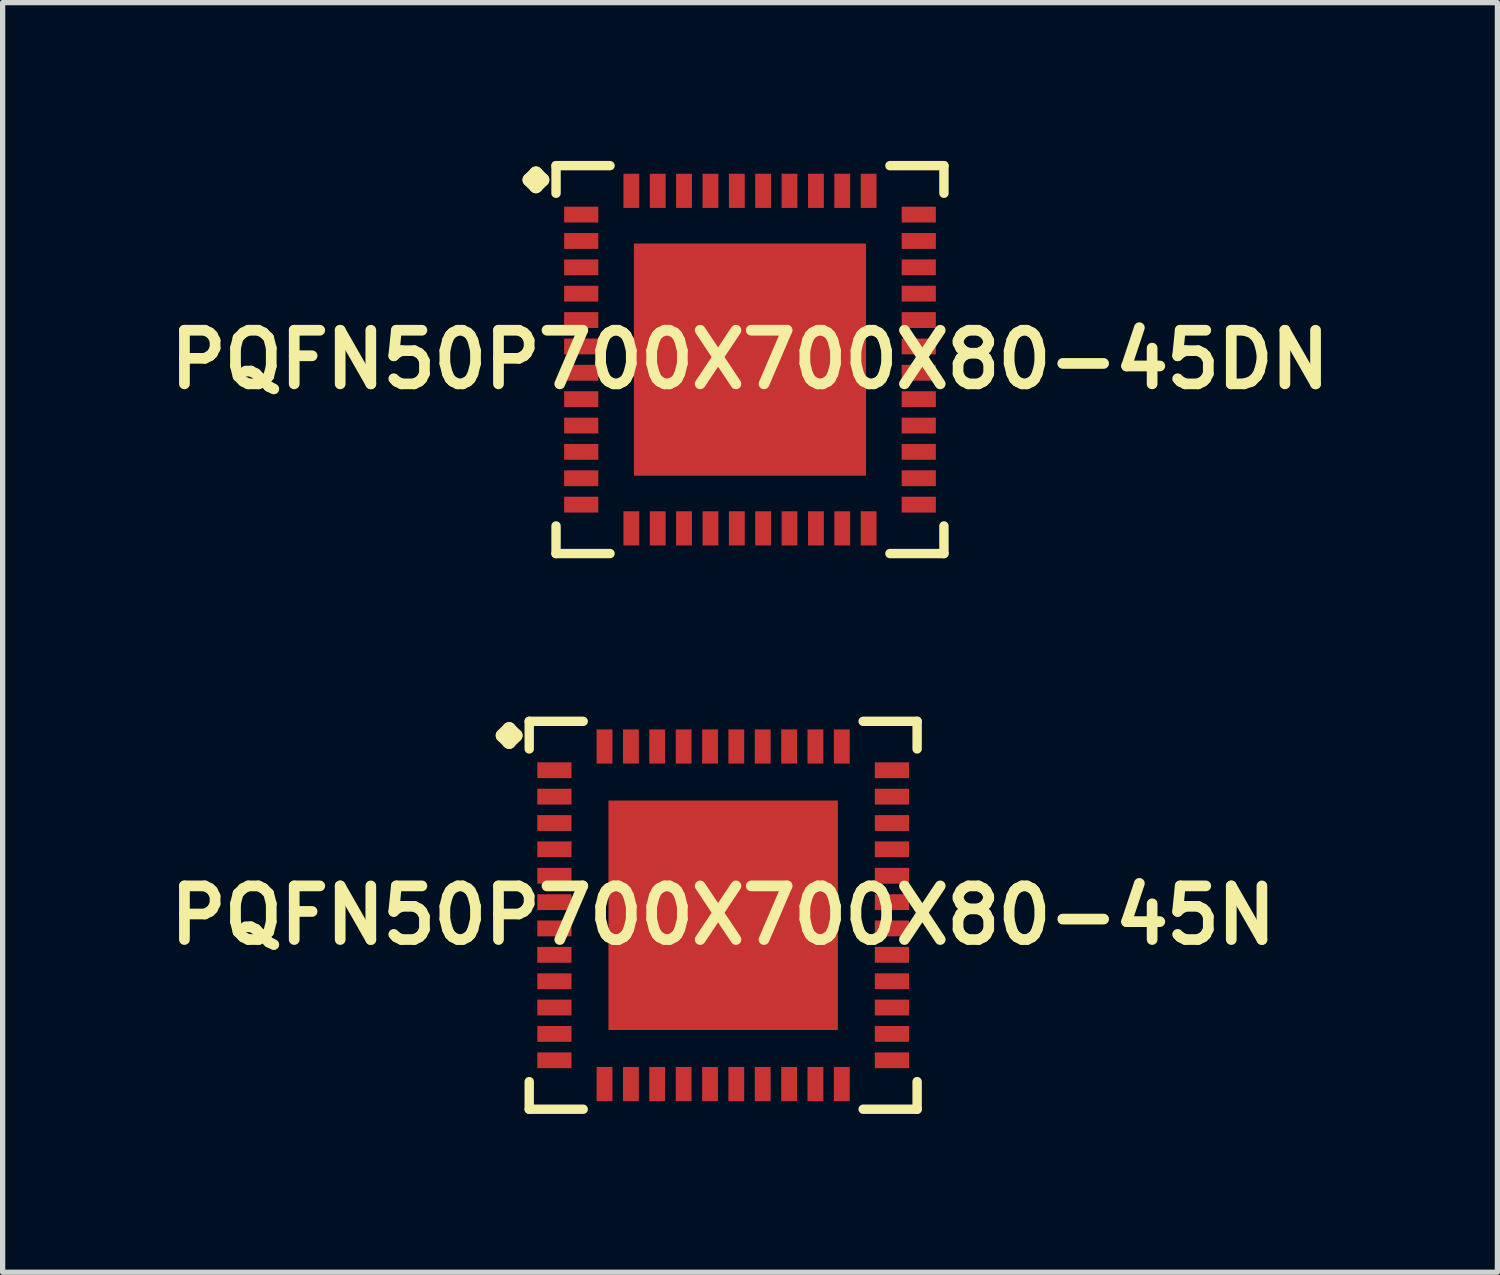
<source format=kicad_pcb>
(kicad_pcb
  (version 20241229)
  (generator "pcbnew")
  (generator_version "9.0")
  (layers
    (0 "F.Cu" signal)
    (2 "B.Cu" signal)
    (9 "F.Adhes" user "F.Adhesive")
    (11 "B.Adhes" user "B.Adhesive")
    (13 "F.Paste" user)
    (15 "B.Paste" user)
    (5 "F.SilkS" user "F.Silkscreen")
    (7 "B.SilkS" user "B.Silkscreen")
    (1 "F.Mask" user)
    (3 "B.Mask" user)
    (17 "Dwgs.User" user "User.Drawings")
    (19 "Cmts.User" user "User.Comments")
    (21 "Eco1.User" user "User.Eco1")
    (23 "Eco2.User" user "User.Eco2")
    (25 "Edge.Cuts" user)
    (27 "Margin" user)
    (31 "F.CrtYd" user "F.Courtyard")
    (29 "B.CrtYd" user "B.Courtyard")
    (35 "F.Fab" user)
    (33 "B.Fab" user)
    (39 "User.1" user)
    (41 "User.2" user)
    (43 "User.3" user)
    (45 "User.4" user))
  (footprint "PQFN50P700X700X80-45N"
    (layer "F.Cu")
    (at 10.653 14.293)
    (property "Reference" "PQFN50P700X700X80-45N" (at 0 0 0) (layer "F.SilkS") (effects (font (size 1.016 1.016) (thickness 0.203))))
    (attr smd)
    (fp_line (start -4.183 -3.406) (end -4.056 -3.533) (stroke (width 0.254) (type solid)) (layer "F.SilkS"))
    (fp_line (start -4.056 -3.533) (end -3.929 -3.406) (stroke (width 0.254) (type solid)) (layer "F.SilkS"))
    (fp_line (start -4.056 -3.279) (end -4.183 -3.406) (stroke (width 0.254) (type solid)) (layer "F.SilkS"))
    (fp_line (start -3.929 -3.406) (end -4.056 -3.279) (stroke (width 0.254) (type solid)) (layer "F.SilkS"))
    (fp_line (start -3.675 -3.675) (end -2.652 -3.675) (stroke (width 0.178) (type solid)) (layer "F.SilkS"))
    (fp_line (start -3.675 -3.152) (end -3.675 -3.675) (stroke (width 0.178) (type solid)) (layer "F.SilkS"))
    (fp_line (start -3.675 3.152) (end -3.675 3.675) (stroke (width 0.178) (type solid)) (layer "F.SilkS"))
    (fp_line (start -3.675 3.675) (end -2.652 3.675) (stroke (width 0.178) (type solid)) (layer "F.SilkS"))
    (fp_line (start 2.652 -3.675) (end 3.675 -3.675) (stroke (width 0.178) (type solid)) (layer "F.SilkS"))
    (fp_line (start 2.652 3.675) (end 3.675 3.675) (stroke (width 0.178) (type solid)) (layer "F.SilkS"))
    (fp_line (start 3.675 -3.675) (end 3.675 -3.152) (stroke (width 0.178) (type solid)) (layer "F.SilkS"))
    (fp_line (start 3.675 3.675) (end 3.675 3.152) (stroke (width 0.178) (type solid)) (layer "F.SilkS"))
    (pad "1" smd rect (at -3.198 -2.748) (size 0.648 0.3) (layers "F.Cu" "F.Mask" "F.Paste"))
    (pad "2" smd rect (at -3.198 -2.248) (size 0.648 0.3) (layers "F.Cu" "F.Mask" "F.Paste"))
    (pad "3" smd rect (at -3.198 -1.748) (size 0.648 0.3) (layers "F.Cu" "F.Mask" "F.Paste"))
    (pad "4" smd rect (at -3.198 -1.25) (size 0.648 0.3) (layers "F.Cu" "F.Mask" "F.Paste"))
    (pad "5" smd rect (at -3.198 -0.749) (size 0.648 0.3) (layers "F.Cu" "F.Mask" "F.Paste"))
    (pad "6" smd rect (at -3.198 -0.249) (size 0.648 0.3) (layers "F.Cu" "F.Mask" "F.Paste"))
    (pad "7" smd rect (at -3.198 0.249) (size 0.648 0.3) (layers "F.Cu" "F.Mask" "F.Paste"))
    (pad "8" smd rect (at -3.198 0.749) (size 0.648 0.3) (layers "F.Cu" "F.Mask" "F.Paste"))
    (pad "9" smd rect (at -3.198 1.25) (size 0.648 0.3) (layers "F.Cu" "F.Mask" "F.Paste"))
    (pad "10" smd rect (at -3.198 1.748) (size 0.648 0.3) (layers "F.Cu" "F.Mask" "F.Paste"))
    (pad "11" smd rect (at -3.198 2.248) (size 0.648 0.3) (layers "F.Cu" "F.Mask" "F.Paste"))
    (pad "12" smd rect (at -3.198 2.748) (size 0.648 0.3) (layers "F.Cu" "F.Mask" "F.Paste"))
    (pad "13" smd rect (at -2.248 3.198) (size 0.3 0.648) (layers "F.Cu" "F.Mask" "F.Paste"))
    (pad "14" smd rect (at -1.748 3.198) (size 0.3 0.648) (layers "F.Cu" "F.Mask" "F.Paste"))
    (pad "15" smd rect (at -1.25 3.198) (size 0.3 0.648) (layers "F.Cu" "F.Mask" "F.Paste"))
    (pad "16" smd rect (at -0.749 3.198) (size 0.3 0.648) (layers "F.Cu" "F.Mask" "F.Paste"))
    (pad "17" smd rect (at -0.249 3.198) (size 0.3 0.648) (layers "F.Cu" "F.Mask" "F.Paste"))
    (pad "18" smd rect (at 0.249 3.198) (size 0.3 0.648) (layers "F.Cu" "F.Mask" "F.Paste"))
    (pad "19" smd rect (at 0.749 3.198) (size 0.3 0.648) (layers "F.Cu" "F.Mask" "F.Paste"))
    (pad "20" smd rect (at 1.25 3.198) (size 0.3 0.648) (layers "F.Cu" "F.Mask" "F.Paste"))
    (pad "21" smd rect (at 1.748 3.198) (size 0.3 0.648) (layers "F.Cu" "F.Mask" "F.Paste"))
    (pad "22" smd rect (at 2.248 3.198) (size 0.3 0.648) (layers "F.Cu" "F.Mask" "F.Paste"))
    (pad "23" smd rect (at 3.198 2.748) (size 0.648 0.3) (layers "F.Cu" "F.Mask" "F.Paste"))
    (pad "24" smd rect (at 3.198 2.248) (size 0.648 0.3) (layers "F.Cu" "F.Mask" "F.Paste"))
    (pad "25" smd rect (at 3.198 1.748) (size 0.648 0.3) (layers "F.Cu" "F.Mask" "F.Paste"))
    (pad "26" smd rect (at 3.198 1.25) (size 0.648 0.3) (layers "F.Cu" "F.Mask" "F.Paste"))
    (pad "27" smd rect (at 3.198 0.749) (size 0.648 0.3) (layers "F.Cu" "F.Mask" "F.Paste"))
    (pad "28" smd rect (at 3.198 0.249) (size 0.648 0.3) (layers "F.Cu" "F.Mask" "F.Paste"))
    (pad "29" smd rect (at 3.198 -0.249) (size 0.648 0.3) (layers "F.Cu" "F.Mask" "F.Paste"))
    (pad "30" smd rect (at 3.198 -0.749) (size 0.648 0.3) (layers "F.Cu" "F.Mask" "F.Paste"))
    (pad "31" smd rect (at 3.198 -1.25) (size 0.648 0.3) (layers "F.Cu" "F.Mask" "F.Paste"))
    (pad "32" smd rect (at 3.198 -1.748) (size 0.648 0.3) (layers "F.Cu" "F.Mask" "F.Paste"))
    (pad "33" smd rect (at 3.198 -2.248) (size 0.648 0.3) (layers "F.Cu" "F.Mask" "F.Paste"))
    (pad "34" smd rect (at 3.198 -2.748) (size 0.648 0.3) (layers "F.Cu" "F.Mask" "F.Paste"))
    (pad "35" smd rect (at 2.248 -3.198) (size 0.3 0.648) (layers "F.Cu" "F.Mask" "F.Paste"))
    (pad "36" smd rect (at 1.748 -3.198) (size 0.3 0.648) (layers "F.Cu" "F.Mask" "F.Paste"))
    (pad "37" smd rect (at 1.25 -3.198) (size 0.3 0.648) (layers "F.Cu" "F.Mask" "F.Paste"))
    (pad "38" smd rect (at 0.749 -3.198) (size 0.3 0.648) (layers "F.Cu" "F.Mask" "F.Paste"))
    (pad "39" smd rect (at 0.249 -3.198) (size 0.3 0.648) (layers "F.Cu" "F.Mask" "F.Paste"))
    (pad "40" smd rect (at -0.249 -3.198) (size 0.3 0.648) (layers "F.Cu" "F.Mask" "F.Paste"))
    (pad "41" smd rect (at -0.749 -3.198) (size 0.3 0.648) (layers "F.Cu" "F.Mask" "F.Paste"))
    (pad "42" smd rect (at -1.25 -3.198) (size 0.3 0.648) (layers "F.Cu" "F.Mask" "F.Paste"))
    (pad "43" smd rect (at -1.748 -3.198) (size 0.3 0.648) (layers "F.Cu" "F.Mask" "F.Paste"))
    (pad "44" smd rect (at -2.248 -3.198) (size 0.3 0.648) (layers "F.Cu" "F.Mask" "F.Paste"))
    (pad "45" smd rect (at 0 0) (size 4.348 4.348) (layers "F.Cu" "F.Mask" "F.Paste")))
  (footprint "PQFN50P700X700X80-45DN"
    (layer "F.Cu")
    (at 11.161 3.764)
    (property "Reference" "PQFN50P700X700X80-45DN" (at 0 0 0) (layer "F.SilkS") (effects (font (size 1.016 1.016) (thickness 0.203))))
    (attr smd)
    (fp_line (start -4.183 -3.406) (end -4.056 -3.533) (stroke (width 0.254) (type solid)) (layer "F.SilkS"))
    (fp_line (start -4.056 -3.533) (end -3.929 -3.406) (stroke (width 0.254) (type solid)) (layer "F.SilkS"))
    (fp_line (start -4.056 -3.279) (end -4.183 -3.406) (stroke (width 0.254) (type solid)) (layer "F.SilkS"))
    (fp_line (start -3.929 -3.406) (end -4.056 -3.279) (stroke (width 0.254) (type solid)) (layer "F.SilkS"))
    (fp_line (start -3.675 -3.675) (end -2.652 -3.675) (stroke (width 0.178) (type solid)) (layer "F.SilkS"))
    (fp_line (start -3.675 -3.152) (end -3.675 -3.675) (stroke (width 0.178) (type solid)) (layer "F.SilkS"))
    (fp_line (start -3.675 3.152) (end -3.675 3.675) (stroke (width 0.178) (type solid)) (layer "F.SilkS"))
    (fp_line (start -3.675 3.675) (end -2.652 3.675) (stroke (width 0.178) (type solid)) (layer "F.SilkS"))
    (fp_line (start 2.652 -3.675) (end 3.675 -3.675) (stroke (width 0.178) (type solid)) (layer "F.SilkS"))
    (fp_line (start 2.652 3.675) (end 3.675 3.675) (stroke (width 0.178) (type solid)) (layer "F.SilkS"))
    (fp_line (start 3.675 -3.675) (end 3.675 -3.152) (stroke (width 0.178) (type solid)) (layer "F.SilkS"))
    (fp_line (start 3.675 3.675) (end 3.675 3.152) (stroke (width 0.178) (type solid)) (layer "F.SilkS"))
    (pad "1" smd rect (at -3.198 -2.748) (size 0.648 0.3) (layers "F.Cu" "F.Mask" "F.Paste"))
    (pad "2" smd rect (at -3.198 -2.248) (size 0.648 0.3) (layers "F.Cu" "F.Mask" "F.Paste"))
    (pad "3" smd rect (at -3.198 -1.748) (size 0.648 0.3) (layers "F.Cu" "F.Mask" "F.Paste"))
    (pad "4" smd rect (at -3.198 -1.25) (size 0.648 0.3) (layers "F.Cu" "F.Mask" "F.Paste"))
    (pad "5" smd rect (at -3.198 -0.749) (size 0.648 0.3) (layers "F.Cu" "F.Mask" "F.Paste"))
    (pad "6" smd rect (at -3.198 -0.249) (size 0.648 0.3) (layers "F.Cu" "F.Mask" "F.Paste"))
    (pad "7" smd rect (at -3.198 0.249) (size 0.648 0.3) (layers "F.Cu" "F.Mask" "F.Paste"))
    (pad "8" smd rect (at -3.198 0.749) (size 0.648 0.3) (layers "F.Cu" "F.Mask" "F.Paste"))
    (pad "9" smd rect (at -3.198 1.25) (size 0.648 0.3) (layers "F.Cu" "F.Mask" "F.Paste"))
    (pad "10" smd rect (at -3.198 1.748) (size 0.648 0.3) (layers "F.Cu" "F.Mask" "F.Paste"))
    (pad "11" smd rect (at -3.198 2.248) (size 0.648 0.3) (layers "F.Cu" "F.Mask" "F.Paste"))
    (pad "12" smd rect (at -3.198 2.748) (size 0.648 0.3) (layers "F.Cu" "F.Mask" "F.Paste"))
    (pad "13" smd rect (at -2.248 3.198) (size 0.3 0.648) (layers "F.Cu" "F.Mask" "F.Paste"))
    (pad "14" smd rect (at -1.748 3.198) (size 0.3 0.648) (layers "F.Cu" "F.Mask" "F.Paste"))
    (pad "15" smd rect (at -1.25 3.198) (size 0.3 0.648) (layers "F.Cu" "F.Mask" "F.Paste"))
    (pad "16" smd rect (at -0.749 3.198) (size 0.3 0.648) (layers "F.Cu" "F.Mask" "F.Paste"))
    (pad "17" smd rect (at -0.249 3.198) (size 0.3 0.648) (layers "F.Cu" "F.Mask" "F.Paste"))
    (pad "18" smd rect (at 0.249 3.198) (size 0.3 0.648) (layers "F.Cu" "F.Mask" "F.Paste"))
    (pad "19" smd rect (at 0.749 3.198) (size 0.3 0.648) (layers "F.Cu" "F.Mask" "F.Paste"))
    (pad "20" smd rect (at 1.25 3.198) (size 0.3 0.648) (layers "F.Cu" "F.Mask" "F.Paste"))
    (pad "21" smd rect (at 1.748 3.198) (size 0.3 0.648) (layers "F.Cu" "F.Mask" "F.Paste"))
    (pad "22" smd rect (at 2.248 3.198) (size 0.3 0.648) (layers "F.Cu" "F.Mask" "F.Paste"))
    (pad "23" smd rect (at 3.198 2.748) (size 0.648 0.3) (layers "F.Cu" "F.Mask" "F.Paste"))
    (pad "24" smd rect (at 3.198 2.248) (size 0.648 0.3) (layers "F.Cu" "F.Mask" "F.Paste"))
    (pad "25" smd rect (at 3.198 1.748) (size 0.648 0.3) (layers "F.Cu" "F.Mask" "F.Paste"))
    (pad "26" smd rect (at 3.198 1.25) (size 0.648 0.3) (layers "F.Cu" "F.Mask" "F.Paste"))
    (pad "27" smd rect (at 3.198 0.749) (size 0.648 0.3) (layers "F.Cu" "F.Mask" "F.Paste"))
    (pad "28" smd rect (at 3.198 0.249) (size 0.648 0.3) (layers "F.Cu" "F.Mask" "F.Paste"))
    (pad "29" smd rect (at 3.198 -0.249) (size 0.648 0.3) (layers "F.Cu" "F.Mask" "F.Paste"))
    (pad "30" smd rect (at 3.198 -0.749) (size 0.648 0.3) (layers "F.Cu" "F.Mask" "F.Paste"))
    (pad "31" smd rect (at 3.198 -1.25) (size 0.648 0.3) (layers "F.Cu" "F.Mask" "F.Paste"))
    (pad "32" smd rect (at 3.198 -1.748) (size 0.648 0.3) (layers "F.Cu" "F.Mask" "F.Paste"))
    (pad "33" smd rect (at 3.198 -2.248) (size 0.648 0.3) (layers "F.Cu" "F.Mask" "F.Paste"))
    (pad "34" smd rect (at 3.198 -2.748) (size 0.648 0.3) (layers "F.Cu" "F.Mask" "F.Paste"))
    (pad "35" smd rect (at 2.248 -3.198) (size 0.3 0.648) (layers "F.Cu" "F.Mask" "F.Paste"))
    (pad "36" smd rect (at 1.748 -3.198) (size 0.3 0.648) (layers "F.Cu" "F.Mask" "F.Paste"))
    (pad "37" smd rect (at 1.25 -3.198) (size 0.3 0.648) (layers "F.Cu" "F.Mask" "F.Paste"))
    (pad "38" smd rect (at 0.749 -3.198) (size 0.3 0.648) (layers "F.Cu" "F.Mask" "F.Paste"))
    (pad "39" smd rect (at 0.249 -3.198) (size 0.3 0.648) (layers "F.Cu" "F.Mask" "F.Paste"))
    (pad "40" smd rect (at -0.249 -3.198) (size 0.3 0.648) (layers "F.Cu" "F.Mask" "F.Paste"))
    (pad "41" smd rect (at -0.749 -3.198) (size 0.3 0.648) (layers "F.Cu" "F.Mask" "F.Paste"))
    (pad "42" smd rect (at -1.25 -3.198) (size 0.3 0.648) (layers "F.Cu" "F.Mask" "F.Paste"))
    (pad "43" smd rect (at -1.748 -3.198) (size 0.3 0.648) (layers "F.Cu" "F.Mask" "F.Paste"))
    (pad "44" smd rect (at -2.248 -3.198) (size 0.3 0.648) (layers "F.Cu" "F.Mask" "F.Paste"))
    (pad "45" smd rect (at 0 0) (size 4.399 4.399) (layers "F.Cu" "F.Mask" "F.Paste")))
  (gr_rect
    (start -3 -3)
    (end 25.323 21.057)
    (stroke (width 0.1) (type default))
    (fill no)
    (layer "Edge.Cuts")))
</source>
